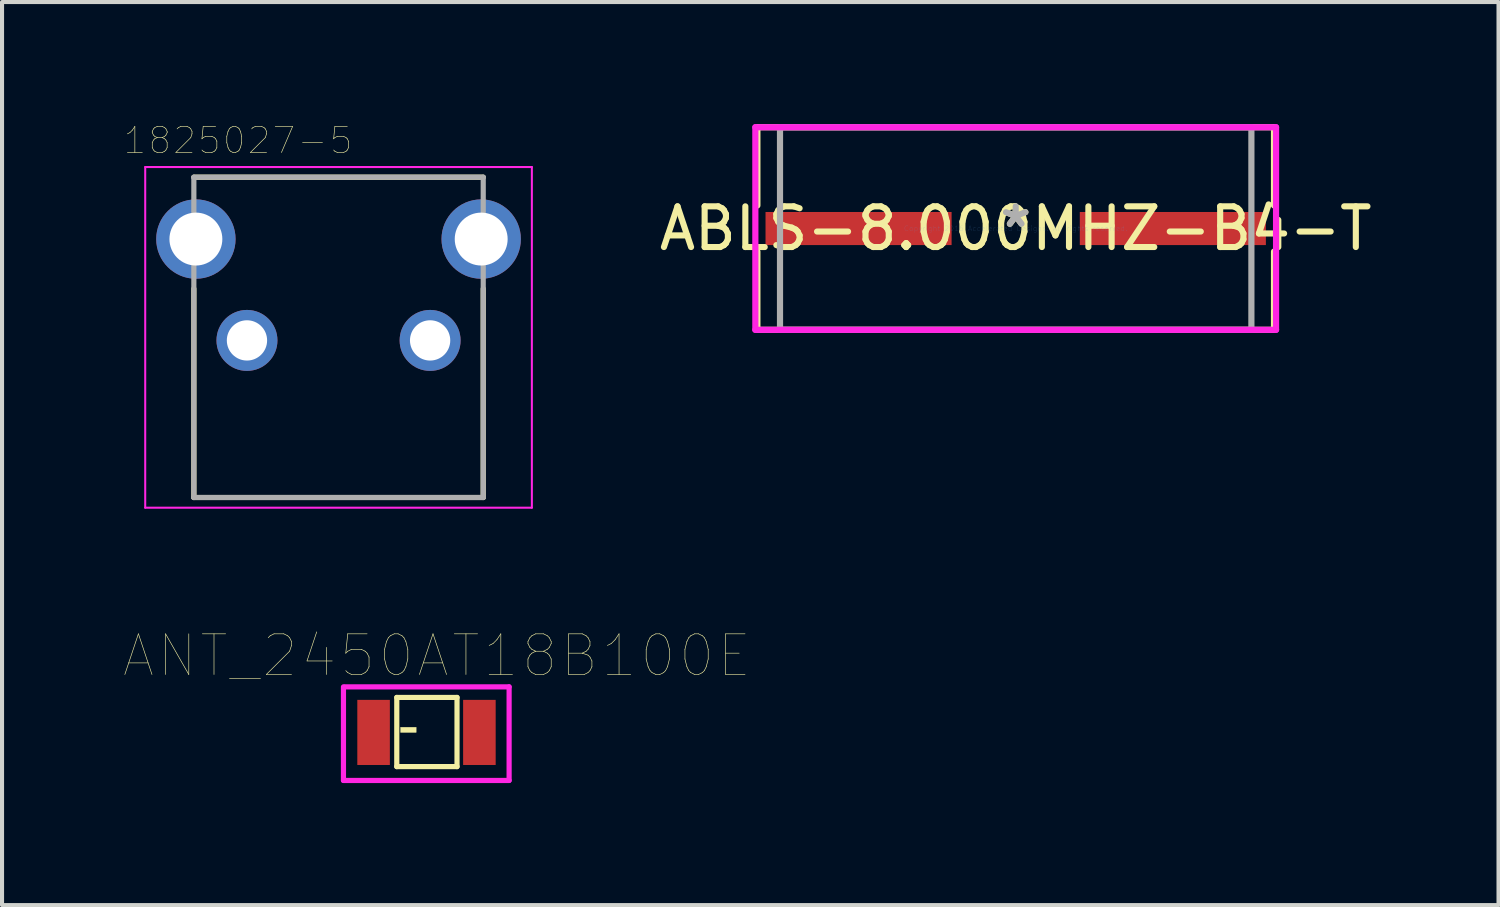
<source format=kicad_pcb>
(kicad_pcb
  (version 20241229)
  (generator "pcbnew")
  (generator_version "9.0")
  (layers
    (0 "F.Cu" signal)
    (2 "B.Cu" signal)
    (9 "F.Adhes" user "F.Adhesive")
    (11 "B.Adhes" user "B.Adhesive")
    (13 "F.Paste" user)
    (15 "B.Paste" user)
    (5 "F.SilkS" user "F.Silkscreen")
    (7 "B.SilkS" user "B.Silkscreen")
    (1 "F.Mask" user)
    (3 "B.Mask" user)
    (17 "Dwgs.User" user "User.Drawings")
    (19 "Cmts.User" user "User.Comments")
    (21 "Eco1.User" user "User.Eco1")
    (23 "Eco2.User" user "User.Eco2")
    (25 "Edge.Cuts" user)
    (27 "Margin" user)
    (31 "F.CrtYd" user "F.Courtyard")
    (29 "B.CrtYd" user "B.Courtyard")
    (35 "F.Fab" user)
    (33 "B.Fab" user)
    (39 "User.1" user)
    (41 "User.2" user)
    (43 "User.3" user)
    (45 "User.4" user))
  (footprint "ABLS-8.000MHZ-B4-T"
    (layer "F.Cu")
    (at 21.906 2.565)
    (property "Reference" "ABLS-8.000MHZ-B4-T" (at 0 0 0) (layer "F.SilkS") (effects (font (size 1 1) (thickness 0.15))))
    (attr through_hole)
    (fp_line (start -6.347 -2.489) (end 6.347 -2.489) (stroke (width 0.152) (type solid)) (layer "F.SilkS"))
    (fp_line (start -6.347 -0.567) (end -6.347 -2.489) (stroke (width 0.152) (type solid)) (layer "F.SilkS"))
    (fp_line (start -6.347 2.489) (end -6.347 0.567) (stroke (width 0.152) (type solid)) (layer "F.SilkS"))
    (fp_line (start -6.347 2.489) (end 6.347 2.489) (stroke (width 0.152) (type solid)) (layer "F.SilkS"))
    (fp_line (start 6.347 -0.567) (end 6.347 -2.489) (stroke (width 0.152) (type solid)) (layer "F.SilkS"))
    (fp_line (start 6.347 2.489) (end 6.347 0.567) (stroke (width 0.152) (type solid)) (layer "F.SilkS"))
    (fp_line (start -6.397 -2.489) (end 6.397 -2.489) (stroke (width 0.152) (type solid)) (layer "F.CrtYd"))
    (fp_line (start -6.397 2.489) (end -6.397 -2.489) (stroke (width 0.152) (type solid)) (layer "F.CrtYd"))
    (fp_line (start 6.397 -2.489) (end 6.397 2.489) (stroke (width 0.152) (type solid)) (layer "F.CrtYd"))
    (fp_line (start 6.397 2.489) (end -6.397 2.489) (stroke (width 0.152) (type solid)) (layer "F.CrtYd"))
    (fp_line (start -5.791 -2.489) (end -5.791 2.489) (stroke (width 0.152) (type solid)) (layer "F.Fab"))
    (fp_line (start -5.791 2.489) (end 5.791 2.489) (stroke (width 0.152) (type solid)) (layer "F.Fab"))
    (fp_line (start 5.791 -2.489) (end -5.791 -2.489) (stroke (width 0.152) (type solid)) (layer "F.Fab"))
    (fp_line (start 5.791 2.489) (end 5.791 -2.489) (stroke (width 0.152) (type solid)) (layer "F.Fab"))
    (fp_text user "*" (at 0 0 0) (layer "F.SilkS") (effects (font (size 1 1) (thickness 0.15))))
    (fp_text user "Copyright 2016 Accelerated Designs. All rights reserved." (at 0 0 0) (layer "Cmts.User") (effects (font (size 0.127 0.127) (thickness 0.002))))
    (fp_text user "*" (at 0 0 0) (layer "F.Fab") (effects (font (size 1 1) (thickness 0.15))))
    (pad "1" smd rect (at -3.861 0) (size 4.572 0.813) (layers "F.Cu" "F.Mask" "F.Paste"))
    (pad "2" smd rect (at 3.861 0) (size 4.572 0.813) (layers "F.Cu" "F.Mask" "F.Paste")))
  (footprint "1825027-5"
    (layer "F.Cu")
    (at 5.268 5.314)
    (property "Reference" "1825027-5" (at -2.471 -4.913 0) (layer "F.SilkS") (effects (font (size 0.641 0.641) (thickness 0.015))))
    (attr through_hole)
    (fp_line (start -3.555 -4.01) (end 3.555 -4.01) (stroke (width 0.127) (type solid)) (layer "F.SilkS"))
    (fp_line (start -3.555 -1.27) (end -3.555 3.86) (stroke (width 0.127) (type solid)) (layer "F.SilkS"))
    (fp_line (start -3.555 3.86) (end 3.555 3.86) (stroke (width 0.127) (type solid)) (layer "F.SilkS"))
    (fp_line (start 3.555 3.86) (end 3.555 -1.27) (stroke (width 0.127) (type solid)) (layer "F.SilkS"))
    (fp_line (start -4.75 -4.26) (end -4.75 4.11) (stroke (width 0.05) (type solid)) (layer "F.CrtYd"))
    (fp_line (start -4.75 4.11) (end 4.75 4.11) (stroke (width 0.05) (type solid)) (layer "F.CrtYd"))
    (fp_line (start 4.75 -4.26) (end -4.75 -4.26) (stroke (width 0.05) (type solid)) (layer "F.CrtYd"))
    (fp_line (start 4.75 4.11) (end 4.75 -4.26) (stroke (width 0.05) (type solid)) (layer "F.CrtYd"))
    (fp_line (start -3.555 -4.01) (end -3.555 3.86) (stroke (width 0.127) (type solid)) (layer "F.Fab"))
    (fp_line (start -3.555 3.86) (end 3.555 3.86) (stroke (width 0.127) (type solid)) (layer "F.Fab"))
    (fp_line (start 3.555 -4.01) (end -3.555 -4.01) (stroke (width 0.127) (type solid)) (layer "F.Fab"))
    (fp_line (start 3.555 3.86) (end 3.555 -4.01) (stroke (width 0.127) (type solid)) (layer "F.Fab"))
    (pad "1" thru_hole circle (at -2.25 0) (size 1.498 1.498) (drill 0.99) (layers "*.Cu" "*.Mask"))
    (pad "2" thru_hole circle (at 2.25 0) (size 1.498 1.498) (drill 0.99) (layers "*.Cu" "*.Mask"))
    (pad "S1" thru_hole circle (at -3.505 -2.49) (size 1.95 1.95) (drill 1.3) (layers "*.Cu" "*.Mask"))
    (pad "S2" thru_hole circle (at 3.505 -2.49) (size 1.95 1.95) (drill 1.3) (layers "*.Cu" "*.Mask")))
  (footprint "ANT_2450AT18B100E"
    (layer "F.Cu")
    (at 7.429 14.946)
    (property "Reference" "ANT_2450AT18B100E" (at 0.255 -1.885 0) (layer "F.SilkS") (effects (font (size 1 1) (thickness 0.015))))
    (attr through_hole)
    (fp_line (start -0.73 -0.86) (end -0.73 0.84) (stroke (width 0.127) (type solid)) (layer "F.SilkS"))
    (fp_line (start -0.73 0.84) (end 0.75 0.84) (stroke (width 0.127) (type solid)) (layer "F.SilkS"))
    (fp_line (start 0.75 -0.86) (end -0.73 -0.86) (stroke (width 0.127) (type solid)) (layer "F.SilkS"))
    (fp_line (start 0.75 0.84) (end 0.75 -0.86) (stroke (width 0.127) (type solid)) (layer "F.SilkS"))
    (fp_poly (pts (xy -0.635 -0.127) (xy -0.254 -0.127) (xy -0.254 0) (xy -0.635 0)) (stroke (width 0.01) (type solid)) (fill yes) (layer "F.SilkS"))
    (fp_line (start -2.04 1.18) (end -2.04 -1.12) (stroke (width 0.127) (type solid)) (layer "F.CrtYd"))
    (fp_line (start -2 -1.12) (end 2.03 -1.12) (stroke (width 0.127) (type solid)) (layer "F.CrtYd"))
    (fp_line (start 2.03 -1.12) (end 2.03 1.18) (stroke (width 0.127) (type solid)) (layer "F.CrtYd"))
    (fp_line (start 2.03 1.18) (end -2.04 1.18) (stroke (width 0.127) (type solid)) (layer "F.CrtYd"))
    (pad "1" smd rect (at -1.3 0) (size 0.8 1.6) (layers "F.Cu" "F.Mask" "F.Paste"))
    (pad "2" smd rect (at 1.3 0) (size 0.8 1.6) (layers "F.Cu" "F.Mask" "F.Paste")))
  (gr_rect
    (start -3 -3)
    (end 33.769 19.189)
    (stroke (width 0.1) (type default))
    (fill no)
    (layer "Edge.Cuts")))
</source>
